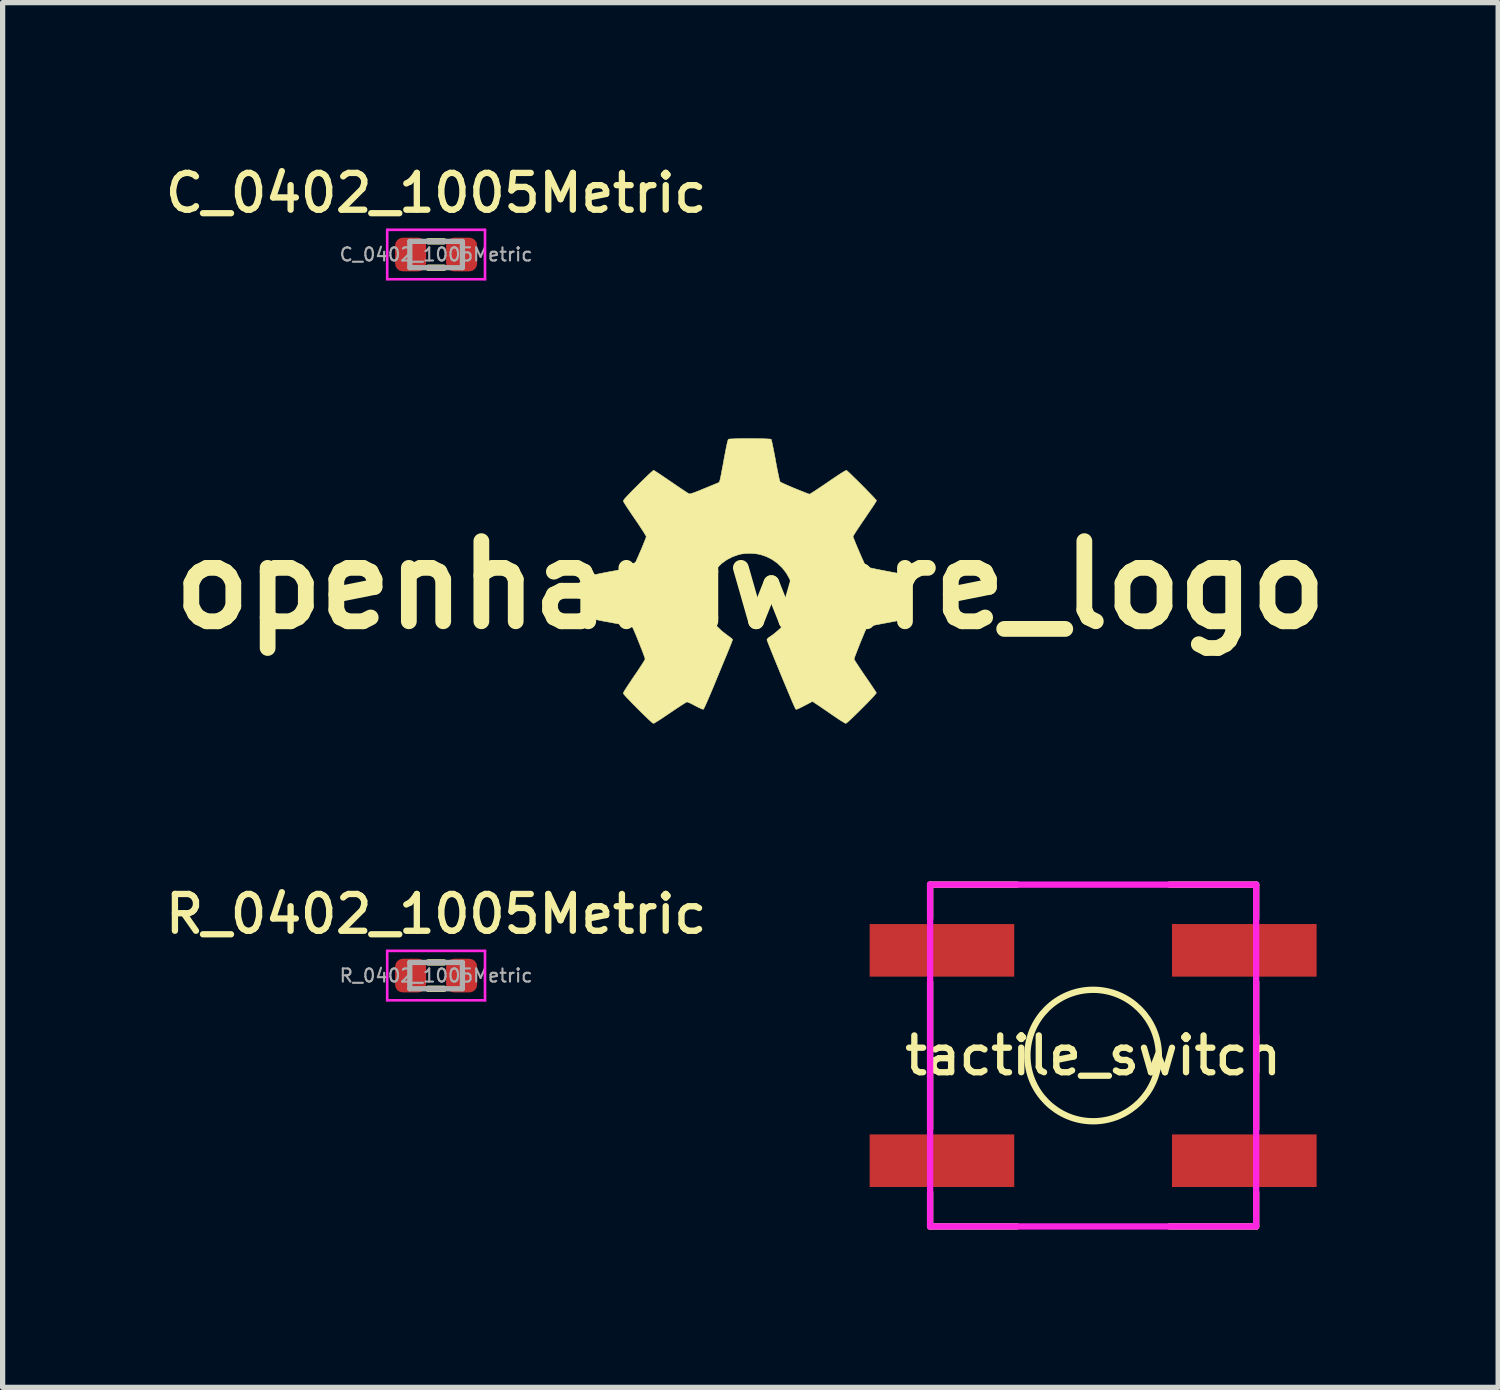
<source format=kicad_pcb>
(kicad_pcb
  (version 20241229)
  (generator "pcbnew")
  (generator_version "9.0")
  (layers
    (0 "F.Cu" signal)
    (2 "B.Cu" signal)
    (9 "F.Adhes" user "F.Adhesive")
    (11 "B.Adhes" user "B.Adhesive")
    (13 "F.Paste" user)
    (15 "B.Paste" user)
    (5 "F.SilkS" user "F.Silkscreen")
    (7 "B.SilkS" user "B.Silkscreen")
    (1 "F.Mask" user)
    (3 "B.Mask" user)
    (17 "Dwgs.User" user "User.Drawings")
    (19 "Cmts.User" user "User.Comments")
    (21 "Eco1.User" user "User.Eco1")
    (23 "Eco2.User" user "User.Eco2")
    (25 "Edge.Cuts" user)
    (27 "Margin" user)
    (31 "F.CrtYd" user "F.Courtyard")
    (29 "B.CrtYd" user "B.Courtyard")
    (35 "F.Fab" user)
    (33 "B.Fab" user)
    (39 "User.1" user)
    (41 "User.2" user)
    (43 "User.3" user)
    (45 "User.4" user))
  (footprint "R_0402_1005Metric"
    (layer "F.Cu")
    (at 5.243 15.502)
    (property "Reference" "R_0402_1005Metric" (at 0 -1.17 0) (layer "F.SilkS") (effects (font (size 0.7 0.7) (thickness 0.12))))
    (attr smd)
    (fp_line (start -0.15 -0.25) (end 0.15 -0.25) (stroke (width 0.12) (type solid)) (layer "F.SilkS"))
    (fp_line (start -0.15 0.25) (end 0.15 0.25) (stroke (width 0.12) (type solid)) (layer "F.SilkS"))
    (fp_line (start -0.93 -0.47) (end 0.93 -0.47) (stroke (width 0.05) (type solid)) (layer "F.CrtYd"))
    (fp_line (start -0.93 0.47) (end -0.93 -0.47) (stroke (width 0.05) (type solid)) (layer "F.CrtYd"))
    (fp_line (start 0.93 -0.47) (end 0.93 0.47) (stroke (width 0.05) (type solid)) (layer "F.CrtYd"))
    (fp_line (start 0.93 0.47) (end -0.93 0.47) (stroke (width 0.05) (type solid)) (layer "F.CrtYd"))
    (fp_line (start -0.5 -0.25) (end 0.5 -0.25) (stroke (width 0.1) (type solid)) (layer "F.Fab"))
    (fp_line (start -0.5 0.25) (end -0.5 -0.25) (stroke (width 0.1) (type solid)) (layer "F.Fab"))
    (fp_line (start 0.5 -0.25) (end 0.5 0.25) (stroke (width 0.1) (type solid)) (layer "F.Fab"))
    (fp_line (start 0.5 0.25) (end -0.5 0.25) (stroke (width 0.1) (type solid)) (layer "F.Fab"))
    (fp_text user "${REFERENCE}" (at 0 0 0) (layer "F.Fab") (effects (font (size 0.25 0.25) (thickness 0.04))))
    (pad "1" smd roundrect (at -0.485 0) (size 0.59 0.64) (layers "F.Cu" "F.Mask" "F.Paste") (roundrect_rratio 0.25))
    (pad "2" smd roundrect (at 0.485 0) (size 0.59 0.64) (layers "F.Cu" "F.Mask" "F.Paste") (roundrect_rratio 0.25)))
  (footprint "C_0402_1005Metric"
    (layer "F.Cu")
    (at 5.243 1.79)
    (property "Reference" "C_0402_1005Metric" (at 0 -1.17 0) (layer "F.SilkS") (effects (font (size 0.7 0.7) (thickness 0.12))))
    (attr smd)
    (fp_line (start -0.15 -0.25) (end 0.15 -0.25) (stroke (width 0.12) (type solid)) (layer "F.SilkS"))
    (fp_line (start -0.15 0.25) (end 0.15 0.25) (stroke (width 0.12) (type solid)) (layer "F.SilkS"))
    (fp_line (start -0.93 -0.47) (end 0.93 -0.47) (stroke (width 0.05) (type solid)) (layer "F.CrtYd"))
    (fp_line (start -0.93 0.47) (end -0.93 -0.47) (stroke (width 0.05) (type solid)) (layer "F.CrtYd"))
    (fp_line (start 0.93 -0.47) (end 0.93 0.47) (stroke (width 0.05) (type solid)) (layer "F.CrtYd"))
    (fp_line (start 0.93 0.47) (end -0.93 0.47) (stroke (width 0.05) (type solid)) (layer "F.CrtYd"))
    (fp_line (start -0.5 -0.25) (end 0.5 -0.25) (stroke (width 0.1) (type solid)) (layer "F.Fab"))
    (fp_line (start -0.5 0.25) (end -0.5 -0.25) (stroke (width 0.1) (type solid)) (layer "F.Fab"))
    (fp_line (start 0.5 -0.25) (end 0.5 0.25) (stroke (width 0.1) (type solid)) (layer "F.Fab"))
    (fp_line (start 0.5 0.25) (end -0.5 0.25) (stroke (width 0.1) (type solid)) (layer "F.Fab"))
    (fp_text user "${REFERENCE}" (at 0 0 0) (layer "F.Fab") (effects (font (size 0.25 0.25) (thickness 0.04))))
    (pad "1" smd roundrect (at -0.485 0) (size 0.59 0.64) (layers "F.Cu" "F.Mask" "F.Paste") (roundrect_rratio 0.25))
    (pad "2" smd roundrect (at 0.485 0) (size 0.59 0.64) (layers "F.Cu" "F.Mask" "F.Paste") (roundrect_rratio 0.25)))
  (footprint "openhardware_logo"
    (layer "F.Cu")
    (at 11.22 8.075)
    (property "Reference" "openhardware_logo" (at 0 0 0) (layer "F.SilkS") (effects (font (size 1.524 1.524) (thickness 0.3))))
    (attr through_hole)
    (fp_poly (pts (xy 0.033 -2.785) (xy 0.111 -2.784) (xy 0.184 -2.783) (xy 0.251 -2.782) (xy 0.308 -2.779) (xy 0.353 -2.777) (xy 0.383 -2.774) (xy 0.395 -2.77) (xy 0.399 -2.757) (xy 0.407 -2.727) (xy 0.417 -2.681) (xy 0.429 -2.622) (xy 0.443 -2.551) (xy 0.459 -2.472) (xy 0.475 -2.387) (xy 0.478 -2.366) (xy 0.499 -2.254) (xy 0.517 -2.162) (xy 0.533 -2.088) (xy 0.545 -2.031) (xy 0.555 -1.991) (xy 0.563 -1.967) (xy 0.567 -1.959) (xy 0.581 -1.952) (xy 0.61 -1.938) (xy 0.652 -1.919) (xy 0.703 -1.896) (xy 0.762 -1.871) (xy 0.825 -1.844) (xy 0.889 -1.818) (xy 0.951 -1.793) (xy 1.008 -1.77) (xy 1.057 -1.751) (xy 1.095 -1.737) (xy 1.119 -1.729) (xy 1.125 -1.727) (xy 1.136 -1.733) (xy 1.162 -1.749) (xy 1.202 -1.774) (xy 1.252 -1.807) (xy 1.311 -1.846) (xy 1.378 -1.891) (xy 1.45 -1.94) (xy 1.474 -1.957) (xy 1.57 -2.022) (xy 1.65 -2.076) (xy 1.714 -2.118) (xy 1.764 -2.149) (xy 1.799 -2.169) (xy 1.82 -2.179) (xy 1.826 -2.18) (xy 1.838 -2.172) (xy 1.862 -2.15) (xy 1.896 -2.119) (xy 1.938 -2.078) (xy 1.986 -2.031) (xy 2.039 -1.979) (xy 2.094 -1.924) (xy 2.15 -1.868) (xy 2.204 -1.813) (xy 2.255 -1.76) (xy 2.302 -1.712) (xy 2.341 -1.671) (xy 2.371 -1.638) (xy 2.391 -1.615) (xy 2.397 -1.605) (xy 2.392 -1.593) (xy 2.376 -1.567) (xy 2.351 -1.528) (xy 2.318 -1.478) (xy 2.278 -1.419) (xy 2.233 -1.353) (xy 2.185 -1.281) (xy 2.174 -1.265) (xy 2.124 -1.193) (xy 2.079 -1.125) (xy 2.038 -1.064) (xy 2.003 -1.011) (xy 1.977 -0.969) (xy 1.959 -0.94) (xy 1.951 -0.924) (xy 1.951 -0.923) (xy 1.955 -0.909) (xy 1.966 -0.879) (xy 1.983 -0.837) (xy 2.004 -0.784) (xy 2.029 -0.725) (xy 2.056 -0.661) (xy 2.084 -0.597) (xy 2.111 -0.534) (xy 2.137 -0.476) (xy 2.16 -0.425) (xy 2.178 -0.385) (xy 2.192 -0.358) (xy 2.198 -0.348) (xy 2.211 -0.343) (xy 2.242 -0.335) (xy 2.289 -0.324) (xy 2.35 -0.311) (xy 2.422 -0.296) (xy 2.505 -0.28) (xy 2.591 -0.263) (xy 2.676 -0.247) (xy 2.756 -0.232) (xy 2.827 -0.218) (xy 2.888 -0.205) (xy 2.935 -0.195) (xy 2.968 -0.187) (xy 2.983 -0.182) (xy 2.984 -0.182) (xy 2.987 -0.169) (xy 2.99 -0.138) (xy 2.993 -0.093) (xy 2.995 -0.035) (xy 2.997 0.032) (xy 2.998 0.106) (xy 2.998 0.184) (xy 2.998 0.264) (xy 2.998 0.342) (xy 2.997 0.416) (xy 2.996 0.483) (xy 2.994 0.541) (xy 2.991 0.587) (xy 2.988 0.619) (xy 2.985 0.632) (xy 2.974 0.638) (xy 2.949 0.646) (xy 2.909 0.656) (xy 2.853 0.668) (xy 2.78 0.683) (xy 2.689 0.7) (xy 2.601 0.717) (xy 2.516 0.732) (xy 2.438 0.747) (xy 2.368 0.761) (xy 2.309 0.773) (xy 2.263 0.783) (xy 2.232 0.79) (xy 2.218 0.794) (xy 2.218 0.794) (xy 2.212 0.806) (xy 2.199 0.834) (xy 2.181 0.875) (xy 2.159 0.926) (xy 2.135 0.986) (xy 2.108 1.05) (xy 2.081 1.116) (xy 2.055 1.182) (xy 2.031 1.245) (xy 2.009 1.301) (xy 1.991 1.348) (xy 1.978 1.384) (xy 1.972 1.405) (xy 1.971 1.408) (xy 1.977 1.42) (xy 1.992 1.447) (xy 2.017 1.486) (xy 2.05 1.536) (xy 2.089 1.595) (xy 2.133 1.661) (xy 2.18 1.73) (xy 2.228 1.8) (xy 2.273 1.865) (xy 2.312 1.924) (xy 2.346 1.973) (xy 2.371 2.012) (xy 2.388 2.038) (xy 2.395 2.049) (xy 2.389 2.06) (xy 2.371 2.083) (xy 2.342 2.116) (xy 2.303 2.158) (xy 2.258 2.206) (xy 2.207 2.258) (xy 2.152 2.314) (xy 2.096 2.37) (xy 2.04 2.425) (xy 1.986 2.478) (xy 1.937 2.525) (xy 1.893 2.566) (xy 1.857 2.599) (xy 1.83 2.621) (xy 1.815 2.631) (xy 1.814 2.631) (xy 1.8 2.626) (xy 1.772 2.61) (xy 1.733 2.586) (xy 1.684 2.555) (xy 1.629 2.518) (xy 1.585 2.488) (xy 1.521 2.444) (xy 1.456 2.399) (xy 1.394 2.357) (xy 1.339 2.319) (xy 1.295 2.289) (xy 1.278 2.278) (xy 1.18 2.213) (xy 1.027 2.293) (xy 0.971 2.322) (xy 0.929 2.342) (xy 0.901 2.355) (xy 0.881 2.362) (xy 0.869 2.362) (xy 0.861 2.359) (xy 0.86 2.357) (xy 0.853 2.345) (xy 0.84 2.316) (xy 0.82 2.272) (xy 0.795 2.215) (xy 0.766 2.146) (xy 0.733 2.068) (xy 0.697 1.982) (xy 0.659 1.891) (xy 0.619 1.796) (xy 0.579 1.699) (xy 0.539 1.602) (xy 0.5 1.507) (xy 0.463 1.416) (xy 0.428 1.33) (xy 0.396 1.252) (xy 0.369 1.184) (xy 0.346 1.126) (xy 0.329 1.082) (xy 0.318 1.052) (xy 0.315 1.04) (xy 0.321 1.025) (xy 0.341 1.006) (xy 0.377 0.979) (xy 0.399 0.965) (xy 0.44 0.935) (xy 0.488 0.896) (xy 0.538 0.853) (xy 0.58 0.813) (xy 0.622 0.77) (xy 0.654 0.734) (xy 0.679 0.701) (xy 0.701 0.664) (xy 0.724 0.619) (xy 0.729 0.61) (xy 0.763 0.537) (xy 0.787 0.475) (xy 0.803 0.417) (xy 0.812 0.356) (xy 0.817 0.285) (xy 0.817 0.234) (xy 0.817 0.171) (xy 0.815 0.123) (xy 0.81 0.083) (xy 0.802 0.045) (xy 0.794 0.015) (xy 0.749 -0.109) (xy 0.686 -0.223) (xy 0.609 -0.324) (xy 0.517 -0.412) (xy 0.413 -0.486) (xy 0.298 -0.544) (xy 0.188 -0.58) (xy 0.107 -0.595) (xy 0.015 -0.602) (xy -0.079 -0.601) (xy -0.167 -0.591) (xy -0.218 -0.58) (xy -0.338 -0.538) (xy -0.449 -0.481) (xy -0.549 -0.409) (xy -0.636 -0.324) (xy -0.71 -0.228) (xy -0.77 -0.123) (xy -0.815 -0.011) (xy -0.842 0.106) (xy -0.851 0.228) (xy -0.845 0.328) (xy -0.819 0.455) (xy -0.778 0.572) (xy -0.72 0.679) (xy -0.644 0.778) (xy -0.55 0.87) (xy -0.457 0.942) (xy -0.416 0.972) (xy -0.382 0.998) (xy -0.356 1.018) (xy -0.344 1.03) (xy -0.343 1.03) (xy -0.342 1.033) (xy -0.341 1.036) (xy -0.342 1.041) (xy -0.343 1.049) (xy -0.347 1.062) (xy -0.354 1.08) (xy -0.363 1.105) (xy -0.376 1.138) (xy -0.393 1.18) (xy -0.414 1.232) (xy -0.44 1.296) (xy -0.472 1.373) (xy -0.51 1.464) (xy -0.554 1.571) (xy -0.605 1.694) (xy -0.651 1.806) (xy -0.706 1.939) (xy -0.754 2.053) (xy -0.795 2.149) (xy -0.829 2.227) (xy -0.856 2.287) (xy -0.876 2.33) (xy -0.89 2.355) (xy -0.896 2.363) (xy -0.912 2.36) (xy -0.943 2.348) (xy -0.986 2.328) (xy -1.039 2.301) (xy -1.049 2.296) (xy -1.097 2.27) (xy -1.141 2.248) (xy -1.177 2.232) (xy -1.2 2.224) (xy -1.205 2.223) (xy -1.218 2.228) (xy -1.246 2.244) (xy -1.286 2.269) (xy -1.337 2.302) (xy -1.396 2.341) (xy -1.462 2.385) (xy -1.524 2.427) (xy -1.594 2.474) (xy -1.659 2.518) (xy -1.717 2.556) (xy -1.767 2.588) (xy -1.806 2.612) (xy -1.832 2.627) (xy -1.843 2.631) (xy -1.856 2.625) (xy -1.882 2.604) (xy -1.921 2.569) (xy -1.973 2.52) (xy -2.038 2.457) (xy -2.117 2.379) (xy -2.141 2.355) (xy -2.223 2.272) (xy -2.291 2.202) (xy -2.345 2.146) (xy -2.384 2.103) (xy -2.408 2.074) (xy -2.418 2.058) (xy -2.418 2.057) (xy -2.412 2.044) (xy -2.397 2.016) (xy -2.372 1.976) (xy -2.339 1.925) (xy -2.3 1.866) (xy -2.256 1.8) (xy -2.21 1.732) (xy -2.162 1.662) (xy -2.118 1.596) (xy -2.079 1.537) (xy -2.047 1.487) (xy -2.022 1.447) (xy -2.007 1.42) (xy -2.002 1.408) (xy -2.005 1.392) (xy -2.016 1.361) (xy -2.032 1.316) (xy -2.052 1.262) (xy -2.076 1.201) (xy -2.102 1.135) (xy -2.129 1.068) (xy -2.155 1.003) (xy -2.18 0.942) (xy -2.203 0.888) (xy -2.222 0.845) (xy -2.236 0.815) (xy -2.244 0.801) (xy -2.244 0.801) (xy -2.257 0.795) (xy -2.285 0.786) (xy -2.329 0.775) (xy -2.39 0.762) (xy -2.47 0.746) (xy -2.568 0.728) (xy -2.601 0.722) (xy -2.702 0.703) (xy -2.786 0.688) (xy -2.853 0.675) (xy -2.905 0.664) (xy -2.945 0.656) (xy -2.974 0.649) (xy -2.994 0.643) (xy -3.007 0.637) (xy -3.015 0.632) (xy -3.019 0.626) (xy -3.021 0.619) (xy -3.021 0.617) (xy -3.023 0.602) (xy -3.024 0.569) (xy -3.025 0.521) (xy -3.026 0.459) (xy -3.027 0.387) (xy -3.027 0.306) (xy -3.028 0.22) (xy -3.028 0.218) (xy -3.027 0.114) (xy -3.027 0.028) (xy -3.026 -0.04) (xy -3.025 -0.093) (xy -3.023 -0.131) (xy -3.02 -0.157) (xy -3.017 -0.172) (xy -3.015 -0.176) (xy -3.006 -0.181) (xy -2.985 -0.188) (xy -2.952 -0.197) (xy -2.904 -0.208) (xy -2.841 -0.221) (xy -2.76 -0.237) (xy -2.662 -0.256) (xy -2.622 -0.263) (xy -2.519 -0.282) (xy -2.434 -0.299) (xy -2.366 -0.313) (xy -2.313 -0.324) (xy -2.274 -0.333) (xy -2.247 -0.341) (xy -2.231 -0.348) (xy -2.225 -0.352) (xy -2.216 -0.367) (xy -2.2 -0.397) (xy -2.18 -0.44) (xy -2.156 -0.493) (xy -2.13 -0.553) (xy -2.102 -0.617) (xy -2.074 -0.682) (xy -2.048 -0.744) (xy -2.025 -0.802) (xy -2.005 -0.851) (xy -1.99 -0.89) (xy -1.982 -0.915) (xy -1.981 -0.922) (xy -1.987 -0.935) (xy -2.003 -0.963) (xy -2.028 -1.005) (xy -2.062 -1.057) (xy -2.102 -1.118) (xy -2.148 -1.187) (xy -2.196 -1.257) (xy -2.245 -1.329) (xy -2.29 -1.396) (xy -2.331 -1.456) (xy -2.365 -1.508) (xy -2.391 -1.55) (xy -2.409 -1.579) (xy -2.416 -1.593) (xy -2.416 -1.594) (xy -2.415 -1.602) (xy -2.41 -1.613) (xy -2.399 -1.629) (xy -2.381 -1.651) (xy -2.354 -1.68) (xy -2.318 -1.718) (xy -2.271 -1.767) (xy -2.212 -1.826) (xy -2.14 -1.899) (xy -2.138 -1.901) (xy -2.061 -1.977) (xy -1.995 -2.042) (xy -1.939 -2.096) (xy -1.895 -2.137) (xy -1.863 -2.165) (xy -1.844 -2.179) (xy -1.839 -2.181) (xy -1.827 -2.175) (xy -1.8 -2.158) (xy -1.761 -2.132) (xy -1.711 -2.099) (xy -1.652 -2.059) (xy -1.586 -2.014) (xy -1.515 -1.965) (xy -1.508 -1.961) (xy -1.436 -1.912) (xy -1.369 -1.866) (xy -1.308 -1.825) (xy -1.255 -1.79) (xy -1.213 -1.762) (xy -1.184 -1.744) (xy -1.169 -1.735) (xy -1.168 -1.735) (xy -1.158 -1.733) (xy -1.143 -1.735) (xy -1.12 -1.741) (xy -1.088 -1.751) (xy -1.045 -1.767) (xy -0.988 -1.789) (xy -0.916 -1.819) (xy -0.879 -1.834) (xy -0.81 -1.862) (xy -0.747 -1.888) (xy -0.692 -1.911) (xy -0.648 -1.929) (xy -0.617 -1.942) (xy -0.603 -1.947) (xy -0.602 -1.948) (xy -0.597 -1.951) (xy -0.592 -1.957) (xy -0.587 -1.969) (xy -0.581 -1.988) (xy -0.574 -2.015) (xy -0.566 -2.052) (xy -0.556 -2.102) (xy -0.544 -2.165) (xy -0.529 -2.244) (xy -0.511 -2.341) (xy -0.502 -2.393) (xy -0.482 -2.499) (xy -0.465 -2.586) (xy -0.451 -2.655) (xy -0.44 -2.707) (xy -0.43 -2.743) (xy -0.423 -2.764) (xy -0.419 -2.771) (xy -0.404 -2.775) (xy -0.372 -2.778) (xy -0.326 -2.78) (xy -0.267 -2.782) (xy -0.199 -2.784) (xy -0.125 -2.785) (xy -0.047 -2.785) (xy 0.033 -2.785)) (stroke (width 0.01) (type solid)) (fill yes) (layer "F.SilkS")))
  (footprint "tactile_switch"
    (layer "F.Cu")
    (at 17.737 17.022)
    (property "Reference" "tactile_switch" (at 0 0 0) (layer "F.SilkS") (effects (font (size 0.7 0.7) (thickness 0.12))))
    (attr through_hole)
    (fp_line (start -3.1 -3.25) (end -3.1 -2.6) (stroke (width 0.12) (type solid)) (layer "F.SilkS"))
    (fp_line (start -3.1 -3.25) (end -1.45 -3.25) (stroke (width 0.12) (type solid)) (layer "F.SilkS"))
    (fp_line (start -3.1 -1.4) (end -3.1 1.4) (stroke (width 0.12) (type solid)) (layer "F.SilkS"))
    (fp_line (start -3.1 3.25) (end -3.1 2.6) (stroke (width 0.12) (type solid)) (layer "F.SilkS"))
    (fp_line (start -3.1 3.25) (end -1.45 3.25) (stroke (width 0.12) (type solid)) (layer "F.SilkS"))
    (fp_line (start 3.1 -3.25) (end 1.45 -3.25) (stroke (width 0.12) (type solid)) (layer "F.SilkS"))
    (fp_line (start 3.1 -3.25) (end 3.1 -2.6) (stroke (width 0.12) (type solid)) (layer "F.SilkS"))
    (fp_line (start 3.1 1.4) (end 3.1 -1.4) (stroke (width 0.12) (type solid)) (layer "F.SilkS"))
    (fp_line (start 3.1 3.25) (end 1.45 3.25) (stroke (width 0.12) (type solid)) (layer "F.SilkS"))
    (fp_line (start 3.1 3.25) (end 3.1 2.6) (stroke (width 0.12) (type solid)) (layer "F.SilkS"))
    (fp_circle (center 0 0) (end 1.25 0) (stroke (width 0.12) (type solid)) (fill no) (layer "F.SilkS"))
    (fp_line (start -3.1 -3.25) (end 3.1 -3.25) (stroke (width 0.12) (type solid)) (layer "F.CrtYd"))
    (fp_line (start -3.1 3.25) (end -3.1 -3.25) (stroke (width 0.12) (type solid)) (layer "F.CrtYd"))
    (fp_line (start 3.1 -3.25) (end 3.1 3.25) (stroke (width 0.12) (type solid)) (layer "F.CrtYd"))
    (fp_line (start 3.1 3.25) (end -3.1 3.25) (stroke (width 0.12) (type solid)) (layer "F.CrtYd"))
    (pad "1" smd rect (at -2.875 2 180) (size 2.75 1) (layers "F.Cu" "F.Mask" "F.Paste"))
    (pad "1" smd rect (at 2.875 2) (size 2.75 1) (layers "F.Cu" "F.Mask" "F.Paste"))
    (pad "2" smd rect (at -2.875 -2 180) (size 2.75 1) (layers "F.Cu" "F.Mask" "F.Paste"))
    (pad "2" smd rect (at 2.875 -2) (size 2.75 1) (layers "F.Cu" "F.Mask" "F.Paste")))
  (gr_rect
    (start -3 -3)
    (end 25.439 23.332)
    (stroke (width 0.1) (type default))
    (fill no)
    (layer "Edge.Cuts")))
</source>
